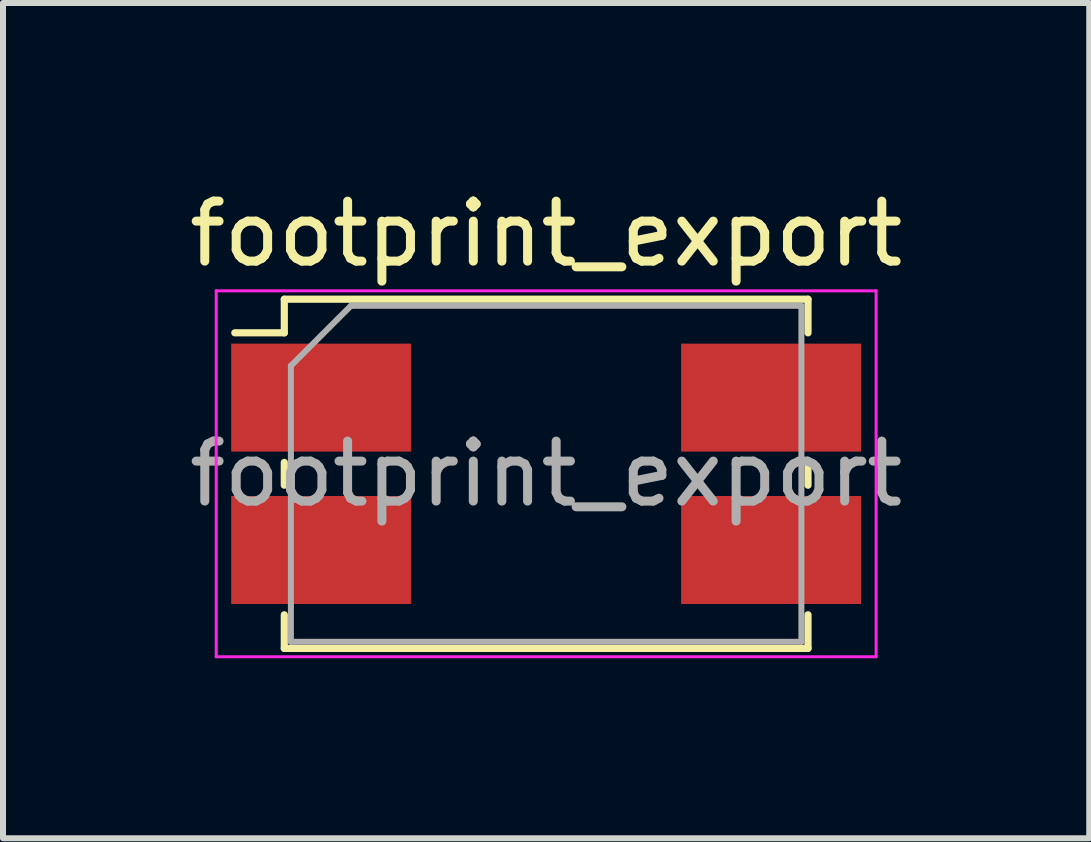
<source format=kicad_pcb>
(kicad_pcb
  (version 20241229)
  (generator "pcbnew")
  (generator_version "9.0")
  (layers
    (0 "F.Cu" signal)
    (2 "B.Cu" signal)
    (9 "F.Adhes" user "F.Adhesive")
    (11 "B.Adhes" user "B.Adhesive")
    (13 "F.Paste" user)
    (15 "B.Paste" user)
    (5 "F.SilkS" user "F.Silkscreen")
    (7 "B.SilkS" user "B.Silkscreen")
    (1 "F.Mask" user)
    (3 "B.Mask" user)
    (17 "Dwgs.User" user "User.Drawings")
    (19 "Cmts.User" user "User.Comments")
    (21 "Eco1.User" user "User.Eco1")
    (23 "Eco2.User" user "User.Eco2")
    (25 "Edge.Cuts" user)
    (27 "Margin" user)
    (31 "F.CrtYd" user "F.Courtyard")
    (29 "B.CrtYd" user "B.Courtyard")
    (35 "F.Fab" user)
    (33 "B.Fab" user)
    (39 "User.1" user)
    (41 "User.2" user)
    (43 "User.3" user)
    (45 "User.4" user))
  (footprint "footprint_export"
    (layer "F.Cu")
    (at 6.054 4.848)
    (property "Reference" "footprint_export" (at 0 -4 0) (layer "F.SilkS") (effects (font (size 1 1) (thickness 0.15))))
    (attr smd)
    (fp_line (start -5.19 -2.35) (end -4.365 -2.35) (stroke (width 0.12) (type solid)) (layer "F.SilkS"))
    (fp_line (start -4.365 -2.91) (end -4.365 -2.35) (stroke (width 0.12) (type solid)) (layer "F.SilkS"))
    (fp_line (start -4.365 -2.91) (end 4.365 -2.91) (stroke (width 0.12) (type solid)) (layer "F.SilkS"))
    (fp_line (start -4.365 -0.19) (end -4.365 0.19) (stroke (width 0.12) (type solid)) (layer "F.SilkS"))
    (fp_line (start -4.365 2.91) (end -4.365 2.35) (stroke (width 0.12) (type solid)) (layer "F.SilkS"))
    (fp_line (start 4.365 -2.91) (end 4.365 -2.35) (stroke (width 0.12) (type solid)) (layer "F.SilkS"))
    (fp_line (start 4.365 -0.19) (end 4.365 0.19) (stroke (width 0.12) (type solid)) (layer "F.SilkS"))
    (fp_line (start 4.365 2.91) (end -4.365 2.91) (stroke (width 0.12) (type solid)) (layer "F.SilkS"))
    (fp_line (start 4.365 2.91) (end 4.365 2.35) (stroke (width 0.12) (type solid)) (layer "F.SilkS"))
    (fp_line (start -5.5 -3.05) (end 5.5 -3.05) (stroke (width 0.05) (type solid)) (layer "F.CrtYd"))
    (fp_line (start -5.5 3.05) (end -5.5 -3.05) (stroke (width 0.05) (type solid)) (layer "F.CrtYd"))
    (fp_line (start 5.5 -3.05) (end 5.5 3.05) (stroke (width 0.05) (type solid)) (layer "F.CrtYd"))
    (fp_line (start 5.5 3.05) (end -5.5 3.05) (stroke (width 0.05) (type solid)) (layer "F.CrtYd"))
    (fp_line (start -4.255 -1.8) (end -4.255 2.8) (stroke (width 0.1) (type solid)) (layer "F.Fab"))
    (fp_line (start -4.255 -1.8) (end -3.255 -2.8) (stroke (width 0.1) (type solid)) (layer "F.Fab"))
    (fp_line (start -3.255 -2.8) (end 4.255 -2.8) (stroke (width 0.1) (type solid)) (layer "F.Fab"))
    (fp_line (start 4.255 -2.8) (end 4.255 2.8) (stroke (width 0.1) (type solid)) (layer "F.Fab"))
    (fp_line (start 4.255 2.8) (end -4.255 2.8) (stroke (width 0.1) (type solid)) (layer "F.Fab"))
    (fp_text user "${REFERENCE}" (at 0 0 0) (layer "F.Fab") (effects (font (size 1 1) (thickness 0.15))))
    (pad "1" smd rect (at -3.75 -1.27) (size 3 1.8) (layers "F.Cu" "F.Mask" "F.Paste"))
    (pad "2" smd rect (at -3.75 1.27) (size 3 1.8) (layers "F.Cu" "F.Mask" "F.Paste"))
    (pad "3" smd rect (at 3.75 1.27) (size 3 1.8) (layers "F.Cu" "F.Mask" "F.Paste"))
    (pad "4" smd rect (at 3.75 -1.27) (size 3 1.8) (layers "F.Cu" "F.Mask" "F.Paste")))
  (gr_rect
    (start -3 -3)
    (end 15.107 10.923)
    (stroke (width 0.1) (type default))
    (fill no)
    (layer "Edge.Cuts")))
</source>
